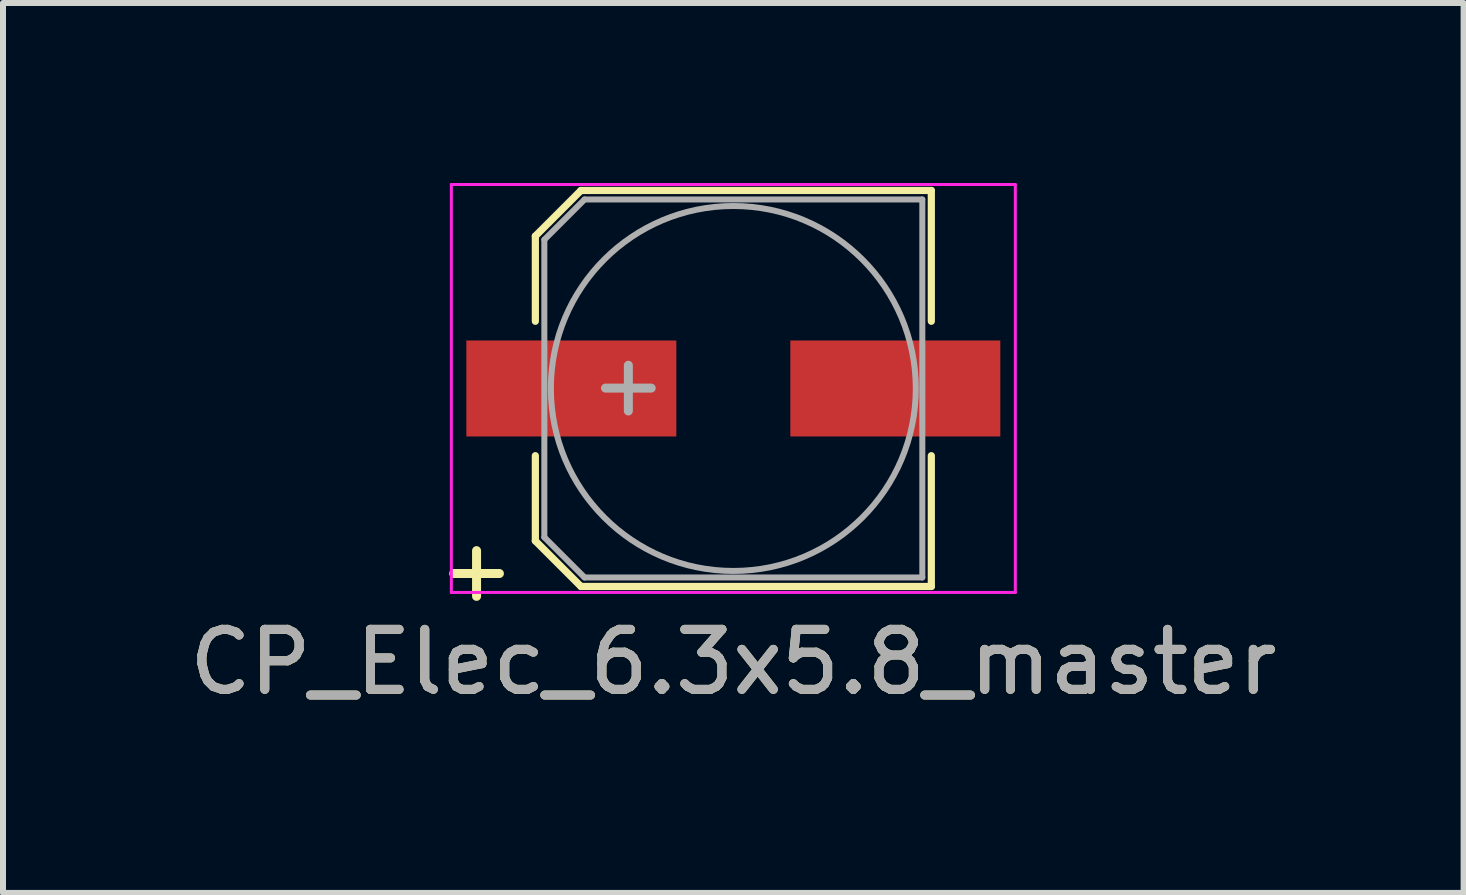
<source format=kicad_pcb>
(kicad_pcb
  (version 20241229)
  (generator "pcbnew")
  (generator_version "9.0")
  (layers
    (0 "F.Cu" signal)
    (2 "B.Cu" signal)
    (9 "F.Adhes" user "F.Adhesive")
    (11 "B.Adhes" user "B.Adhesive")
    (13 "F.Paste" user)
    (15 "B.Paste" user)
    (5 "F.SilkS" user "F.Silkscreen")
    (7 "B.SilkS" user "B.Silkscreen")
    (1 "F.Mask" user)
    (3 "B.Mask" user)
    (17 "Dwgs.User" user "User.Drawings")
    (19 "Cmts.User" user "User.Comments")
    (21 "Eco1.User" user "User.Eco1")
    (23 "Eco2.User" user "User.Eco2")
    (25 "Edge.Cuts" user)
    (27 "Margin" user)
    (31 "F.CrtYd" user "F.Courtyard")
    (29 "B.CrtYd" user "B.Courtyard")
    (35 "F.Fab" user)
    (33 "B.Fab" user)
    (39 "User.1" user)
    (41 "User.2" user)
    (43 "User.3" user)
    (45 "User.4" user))
  (footprint "CP_Elec_6.3x5.8_master"
    (layer "F.Cu")
    (at 9.173 3.425)
    (property "Reference" "CP_Elec_6.3x5.8_master" (at 0 4.56 0) (layer "F.SilkS") (effects (font (size 1 1) (thickness 0.15))))
    (attr smd)
    (fp_line (start -3.3 -2.54) (end -3.3 -1.12) (stroke (width 0.12) (type solid)) (layer "F.SilkS"))
    (fp_line (start -3.3 -2.54) (end -2.54 -3.3) (stroke (width 0.12) (type solid)) (layer "F.SilkS"))
    (fp_line (start -3.3 2.54) (end -3.3 1.12) (stroke (width 0.12) (type solid)) (layer "F.SilkS"))
    (fp_line (start -2.54 -3.3) (end 3.3 -3.3) (stroke (width 0.12) (type solid)) (layer "F.SilkS"))
    (fp_line (start -2.54 3.3) (end -3.3 2.54) (stroke (width 0.12) (type solid)) (layer "F.SilkS"))
    (fp_line (start 3.3 -3.3) (end 3.3 -1.12) (stroke (width 0.12) (type solid)) (layer "F.SilkS"))
    (fp_line (start 3.3 3.3) (end -2.54 3.3) (stroke (width 0.12) (type solid)) (layer "F.SilkS"))
    (fp_line (start 3.3 3.3) (end 3.3 1.12) (stroke (width 0.12) (type solid)) (layer "F.SilkS"))
    (fp_line (start -4.7 -3.4) (end -4.7 3.4) (stroke (width 0.05) (type solid)) (layer "F.CrtYd"))
    (fp_line (start -4.7 -3.4) (end 4.7 -3.4) (stroke (width 0.05) (type solid)) (layer "F.CrtYd"))
    (fp_line (start 4.7 3.4) (end -4.7 3.4) (stroke (width 0.05) (type solid)) (layer "F.CrtYd"))
    (fp_line (start 4.7 3.4) (end 4.7 -3.4) (stroke (width 0.05) (type solid)) (layer "F.CrtYd"))
    (fp_line (start -3.15 -2.48) (end -3.15 2.48) (stroke (width 0.1) (type solid)) (layer "F.Fab"))
    (fp_line (start -3.15 2.48) (end -2.48 3.15) (stroke (width 0.1) (type solid)) (layer "F.Fab"))
    (fp_line (start -2.48 -3.15) (end -3.15 -2.48) (stroke (width 0.1) (type solid)) (layer "F.Fab"))
    (fp_line (start -2.48 3.15) (end 3.15 3.15) (stroke (width 0.1) (type solid)) (layer "F.Fab"))
    (fp_line (start 3.15 -3.15) (end -2.48 -3.15) (stroke (width 0.1) (type solid)) (layer "F.Fab"))
    (fp_line (start 3.15 3.15) (end 3.15 -3.15) (stroke (width 0.1) (type solid)) (layer "F.Fab"))
    (fp_circle (center 0 0) (end 0.5 3) (stroke (width 0.1) (type solid)) (fill no) (layer "F.Fab"))
    (fp_text user "+" (at -4.28 3.01 0) (layer "F.SilkS") (effects (font (size 1 1) (thickness 0.15))))
    (fp_text user "${REFERENCE}" (at 0 4.56 0) (layer "F.Fab") (effects (font (size 1 1) (thickness 0.15))))
    (fp_text user "+" (at -1.75 -0.08 0) (layer "F.Fab") (effects (font (size 1 1) (thickness 0.15))))
    (pad "1" smd rect (at -2.7 0 180) (size 3.5 1.6) (layers "F.Cu" "F.Mask" "F.Paste"))
    (pad "2" smd rect (at 2.7 0 180) (size 3.5 1.6) (layers "F.Cu" "F.Mask" "F.Paste")))
  (gr_rect
    (start -3 -3)
    (end 21.345 11.833)
    (stroke (width 0.1) (type default))
    (fill no)
    (layer "Edge.Cuts")))
</source>
